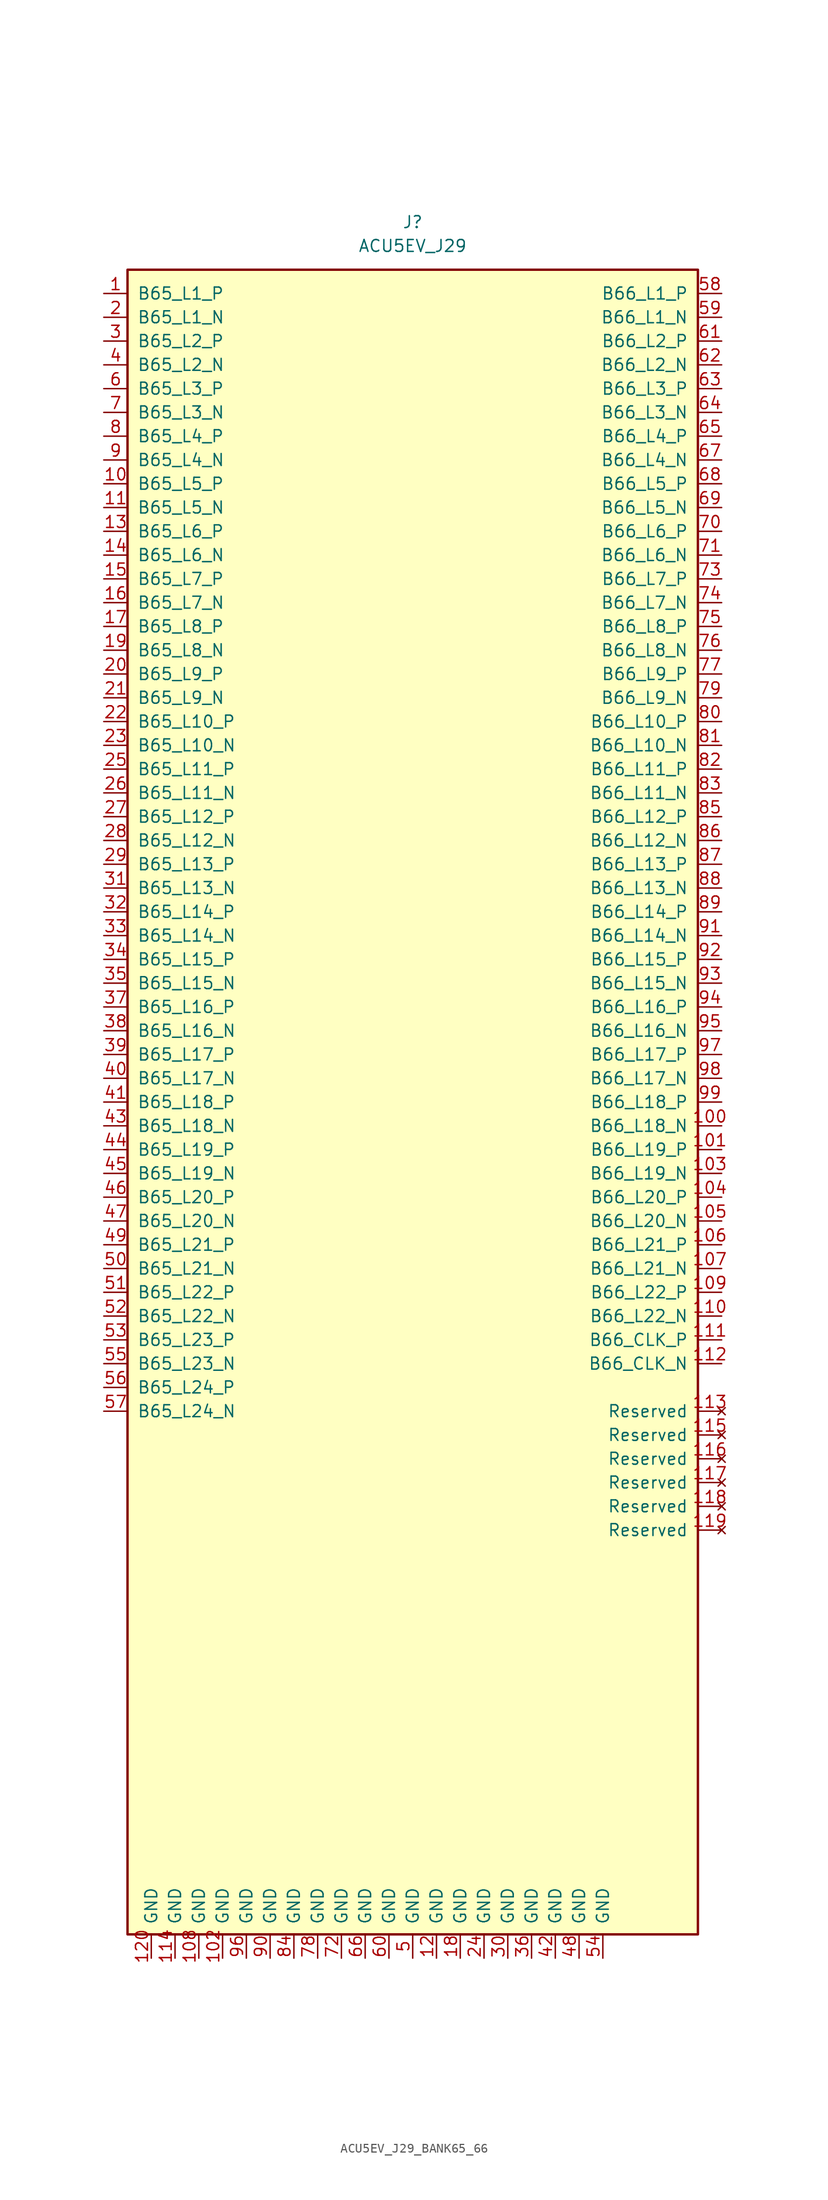
<source format=kicad_sym>
(kicad_symbol_lib
  (version 20231120)
  (generator "kicad_symbol_editor")
  (generator_version "8.0")
  (symbol "ACU5EV_J29_BANK65_66"
    (pin_names
      (offset 1.016))
    (property "Reference" "J"
      (at 0 93.98 0)
      (effects (font (size 1.27 1.27))))
    (property "Value" "ACU5EV_J29"
      (at 0 91.44 0)
      (effects (font (size 1.27 1.27))))
    (symbol "ACU5EV_J29_BANK65_66_0_1"
      (rectangle (start -30.48 88.9) (end 30.48 -88.9) (stroke (width 0.254) (type default)) (fill (type background))))
    (symbol "ACU5EV_J29_BANK65_66_1_1"
      (pin bidirectional line (at -33.02 86.36 0) (length 2.54) (name "B65_L1_P" (effects (font (size 1.27 1.27)))) (number "1" (effects (font (size 1.27 1.27)))))
      (pin bidirectional line (at -33.02 63.5 0) (length 2.54) (name "B65_L5_N" (effects (font (size 1.27 1.27)))) (number "11" (effects (font (size 1.27 1.27)))))
      (pin bidirectional line (at -33.02 60.96 0) (length 2.54) (name "B65_L6_P" (effects (font (size 1.27 1.27)))) (number "13" (effects (font (size 1.27 1.27)))))
      (pin bidirectional line (at -33.02 58.42 0) (length 2.54) (name "B65_L6_N" (effects (font (size 1.27 1.27)))) (number "14" (effects (font (size 1.27 1.27)))))
      (pin bidirectional line (at -33.02 55.88 0) (length 2.54) (name "B65_L7_P" (effects (font (size 1.27 1.27)))) (number "15" (effects (font (size 1.27 1.27)))))
      (pin bidirectional line (at -33.02 53.34 0) (length 2.54) (name "B65_L7_N" (effects (font (size 1.27 1.27)))) (number "16" (effects (font (size 1.27 1.27)))))
      (pin bidirectional line (at -33.02 50.8 0) (length 2.54) (name "B65_L8_P" (effects (font (size 1.27 1.27)))) (number "17" (effects (font (size 1.27 1.27)))))
      (pin bidirectional line (at -33.02 48.26 0) (length 2.54) (name "B65_L8_N" (effects (font (size 1.27 1.27)))) (number "19" (effects (font (size 1.27 1.27)))))
      (pin bidirectional line (at -33.02 83.82 0) (length 2.54) (name "B65_L1_N" (effects (font (size 1.27 1.27)))) (number "2" (effects (font (size 1.27 1.27)))))
      (pin bidirectional line (at -33.02 45.72 0) (length 2.54) (name "B65_L9_P" (effects (font (size 1.27 1.27)))) (number "20" (effects (font (size 1.27 1.27)))))
      (pin bidirectional line (at -33.02 43.18 0) (length 2.54) (name "B65_L9_N" (effects (font (size 1.27 1.27)))) (number "21" (effects (font (size 1.27 1.27)))))
      (pin bidirectional line (at -33.02 40.64 0) (length 2.54) (name "B65_L10_P" (effects (font (size 1.27 1.27)))) (number "22" (effects (font (size 1.27 1.27)))))
      (pin bidirectional line (at -33.02 38.1 0) (length 2.54) (name "B65_L10_N" (effects (font (size 1.27 1.27)))) (number "23" (effects (font (size 1.27 1.27)))))
      (pin bidirectional line (at -33.02 35.56 0) (length 2.54) (name "B65_L11_P" (effects (font (size 1.27 1.27)))) (number "25" (effects (font (size 1.27 1.27)))))
      (pin bidirectional line (at -33.02 33.02 0) (length 2.54) (name "B65_L11_N" (effects (font (size 1.27 1.27)))) (number "26" (effects (font (size 1.27 1.27)))))
      (pin bidirectional line (at -33.02 30.48 0) (length 2.54) (name "B65_L12_P" (effects (font (size 1.27 1.27)))) (number "27" (effects (font (size 1.27 1.27)))))
      (pin bidirectional line (at -33.02 27.94 0) (length 2.54) (name "B65_L12_N" (effects (font (size 1.27 1.27)))) (number "28" (effects (font (size 1.27 1.27)))))
      (pin bidirectional line (at -33.02 25.4 0) (length 2.54) (name "B65_L13_P" (effects (font (size 1.27 1.27)))) (number "29" (effects (font (size 1.27 1.27)))))
      (pin bidirectional line (at -33.02 81.28 0) (length 2.54) (name "B65_L2_P" (effects (font (size 1.27 1.27)))) (number "3" (effects (font (size 1.27 1.27)))))
      (pin bidirectional line (at -33.02 22.86 0) (length 2.54) (name "B65_L13_N" (effects (font (size 1.27 1.27)))) (number "31" (effects (font (size 1.27 1.27)))))
      (pin bidirectional line (at -33.02 20.32 0) (length 2.54) (name "B65_L14_P" (effects (font (size 1.27 1.27)))) (number "32" (effects (font (size 1.27 1.27)))))
      (pin bidirectional line (at -33.02 17.78 0) (length 2.54) (name "B65_L14_N" (effects (font (size 1.27 1.27)))) (number "33" (effects (font (size 1.27 1.27)))))
      (pin bidirectional line (at -33.02 15.24 0) (length 2.54) (name "B65_L15_P" (effects (font (size 1.27 1.27)))) (number "34" (effects (font (size 1.27 1.27)))))
      (pin bidirectional line (at -33.02 12.7 0) (length 2.54) (name "B65_L15_N" (effects (font (size 1.27 1.27)))) (number "35" (effects (font (size 1.27 1.27)))))
      (pin bidirectional line (at -33.02 10.16 0) (length 2.54) (name "B65_L16_P" (effects (font (size 1.27 1.27)))) (number "37" (effects (font (size 1.27 1.27)))))
      (pin bidirectional line (at -33.02 7.62 0) (length 2.54) (name "B65_L16_N" (effects (font (size 1.27 1.27)))) (number "38" (effects (font (size 1.27 1.27)))))
      (pin bidirectional line (at -33.02 5.08 0) (length 2.54) (name "B65_L17_P" (effects (font (size 1.27 1.27)))) (number "39" (effects (font (size 1.27 1.27)))))
      (pin bidirectional line (at -33.02 78.74 0) (length 2.54) (name "B65_L2_N" (effects (font (size 1.27 1.27)))) (number "4" (effects (font (size 1.27 1.27)))))
      (pin bidirectional line (at -33.02 2.54 0) (length 2.54) (name "B65_L17_N" (effects (font (size 1.27 1.27)))) (number "40" (effects (font (size 1.27 1.27)))))
      (pin bidirectional line (at -33.02 0 0) (length 2.54) (name "B65_L18_P" (effects (font (size 1.27 1.27)))) (number "41" (effects (font (size 1.27 1.27)))))
      (pin bidirectional line (at -33.02 -2.54 0) (length 2.54) (name "B65_L18_N" (effects (font (size 1.27 1.27)))) (number "43" (effects (font (size 1.27 1.27)))))
      (pin bidirectional line (at -33.02 -5.08 0) (length 2.54) (name "B65_L19_P" (effects (font (size 1.27 1.27)))) (number "44" (effects (font (size 1.27 1.27)))))
      (pin bidirectional line (at -33.02 -7.62 0) (length 2.54) (name "B65_L19_N" (effects (font (size 1.27 1.27)))) (number "45" (effects (font (size 1.27 1.27)))))
      (pin bidirectional line (at -33.02 -10.16 0) (length 2.54) (name "B65_L20_P" (effects (font (size 1.27 1.27)))) (number "46" (effects (font (size 1.27 1.27)))))
      (pin bidirectional line (at -33.02 -12.7 0) (length 2.54) (name "B65_L20_N" (effects (font (size 1.27 1.27)))) (number "47" (effects (font (size 1.27 1.27)))))
      (pin bidirectional line (at -33.02 -15.24 0) (length 2.54) (name "B65_L21_P" (effects (font (size 1.27 1.27)))) (number "49" (effects (font (size 1.27 1.27)))))
      (pin bidirectional line (at -33.02 76.2 0) (length 2.54) (name "B65_L3_P" (effects (font (size 1.27 1.27)))) (number "6" (effects (font (size 1.27 1.27)))))
      (pin bidirectional line (at -33.02 -17.78 0) (length 2.54) (name "B65_L21_N" (effects (font (size 1.27 1.27)))) (number "50" (effects (font (size 1.27 1.27)))))
      (pin bidirectional line (at -33.02 -20.32 0) (length 2.54) (name "B65_L22_P" (effects (font (size 1.27 1.27)))) (number "51" (effects (font (size 1.27 1.27)))))
      (pin bidirectional line (at -33.02 -22.86 0) (length 2.54) (name "B65_L22_N" (effects (font (size 1.27 1.27)))) (number "52" (effects (font (size 1.27 1.27)))))
      (pin bidirectional line (at -33.02 -25.4 0) (length 2.54) (name "B65_L23_P" (effects (font (size 1.27 1.27)))) (number "53" (effects (font (size 1.27 1.27)))))
      (pin bidirectional line (at -33.02 -27.94 0) (length 2.54) (name "B65_L23_N" (effects (font (size 1.27 1.27)))) (number "55" (effects (font (size 1.27 1.27)))))
      (pin bidirectional line (at -33.02 -30.48 0) (length 2.54) (name "B65_L24_P" (effects (font (size 1.27 1.27)))) (number "56" (effects (font (size 1.27 1.27)))))
      (pin bidirectional line (at -33.02 -33.02 0) (length 2.54) (name "B65_L24_N" (effects (font (size 1.27 1.27)))) (number "57" (effects (font (size 1.27 1.27)))))
      (pin bidirectional line (at 33.02 86.36 180) (length 2.54) (name "B66_L1_P" (effects (font (size 1.27 1.27)))) (number "58" (effects (font (size 1.27 1.27)))))
      (pin bidirectional line (at 33.02 83.82 180) (length 2.54) (name "B66_L1_N" (effects (font (size 1.27 1.27)))) (number "59" (effects (font (size 1.27 1.27)))))
      (pin bidirectional line (at -33.02 73.66 0) (length 2.54) (name "B65_L3_N" (effects (font (size 1.27 1.27)))) (number "7" (effects (font (size 1.27 1.27)))))
      (pin bidirectional line (at 33.02 81.28 180) (length 2.54) (name "B66_L2_P" (effects (font (size 1.27 1.27)))) (number "61" (effects (font (size 1.27 1.27)))))
      (pin bidirectional line (at 33.02 78.74 180) (length 2.54) (name "B66_L2_N" (effects (font (size 1.27 1.27)))) (number "62" (effects (font (size 1.27 1.27)))))
      (pin bidirectional line (at 33.02 76.2 180) (length 2.54) (name "B66_L3_P" (effects (font (size 1.27 1.27)))) (number "63" (effects (font (size 1.27 1.27)))))
      (pin bidirectional line (at 33.02 73.66 180) (length 2.54) (name "B66_L3_N" (effects (font (size 1.27 1.27)))) (number "64" (effects (font (size 1.27 1.27)))))
      (pin bidirectional line (at 33.02 71.12 180) (length 2.54) (name "B66_L4_P" (effects (font (size 1.27 1.27)))) (number "65" (effects (font (size 1.27 1.27)))))
      (pin bidirectional line (at 33.02 68.58 180) (length 2.54) (name "B66_L4_N" (effects (font (size 1.27 1.27)))) (number "67" (effects (font (size 1.27 1.27)))))
      (pin bidirectional line (at 33.02 66.04 180) (length 2.54) (name "B66_L5_P" (effects (font (size 1.27 1.27)))) (number "68" (effects (font (size 1.27 1.27)))))
      (pin bidirectional line (at 33.02 63.5 180) (length 2.54) (name "B66_L5_N" (effects (font (size 1.27 1.27)))) (number "69" (effects (font (size 1.27 1.27)))))
      (pin bidirectional line (at 33.02 60.96 180) (length 2.54) (name "B66_L6_P" (effects (font (size 1.27 1.27)))) (number "70" (effects (font (size 1.27 1.27)))))
      (pin bidirectional line (at 33.02 58.42 180) (length 2.54) (name "B66_L6_N" (effects (font (size 1.27 1.27)))) (number "71" (effects (font (size 1.27 1.27)))))
      (pin bidirectional line (at 33.02 55.88 180) (length 2.54) (name "B66_L7_P" (effects (font (size 1.27 1.27)))) (number "73" (effects (font (size 1.27 1.27)))))
      (pin bidirectional line (at 33.02 53.34 180) (length 2.54) (name "B66_L7_N" (effects (font (size 1.27 1.27)))) (number "74" (effects (font (size 1.27 1.27)))))
      (pin bidirectional line (at 33.02 50.8 180) (length 2.54) (name "B66_L8_P" (effects (font (size 1.27 1.27)))) (number "75" (effects (font (size 1.27 1.27)))))
      (pin bidirectional line (at 33.02 48.26 180) (length 2.54) (name "B66_L8_N" (effects (font (size 1.27 1.27)))) (number "76" (effects (font (size 1.27 1.27)))))
      (pin bidirectional line (at 33.02 45.72 180) (length 2.54) (name "B66_L9_P" (effects (font (size 1.27 1.27)))) (number "77" (effects (font (size 1.27 1.27)))))
      (pin bidirectional line (at 33.02 43.18 180) (length 2.54) (name "B66_L9_N" (effects (font (size 1.27 1.27)))) (number "79" (effects (font (size 1.27 1.27)))))
      (pin bidirectional line (at -33.02 71.12 0) (length 2.54) (name "B65_L4_P" (effects (font (size 1.27 1.27)))) (number "8" (effects (font (size 1.27 1.27)))))
      (pin bidirectional line (at 33.02 40.64 180) (length 2.54) (name "B66_L10_P" (effects (font (size 1.27 1.27)))) (number "80" (effects (font (size 1.27 1.27)))))
      (pin bidirectional line (at 33.02 38.1 180) (length 2.54) (name "B66_L10_N" (effects (font (size 1.27 1.27)))) (number "81" (effects (font (size 1.27 1.27)))))
      (pin bidirectional line (at 33.02 35.56 180) (length 2.54) (name "B66_L11_P" (effects (font (size 1.27 1.27)))) (number "82" (effects (font (size 1.27 1.27)))))
      (pin bidirectional line (at 33.02 33.02 180) (length 2.54) (name "B66_L11_N" (effects (font (size 1.27 1.27)))) (number "83" (effects (font (size 1.27 1.27)))))
      (pin bidirectional line (at 33.02 30.48 180) (length 2.54) (name "B66_L12_P" (effects (font (size 1.27 1.27)))) (number "85" (effects (font (size 1.27 1.27)))))
      (pin bidirectional line (at 33.02 27.94 180) (length 2.54) (name "B66_L12_N" (effects (font (size 1.27 1.27)))) (number "86" (effects (font (size 1.27 1.27)))))
      (pin bidirectional line (at 33.02 25.4 180) (length 2.54) (name "B66_L13_P" (effects (font (size 1.27 1.27)))) (number "87" (effects (font (size 1.27 1.27)))))
      (pin bidirectional line (at 33.02 22.86 180) (length 2.54) (name "B66_L13_N" (effects (font (size 1.27 1.27)))) (number "88" (effects (font (size 1.27 1.27)))))
      (pin bidirectional line (at 33.02 20.32 180) (length 2.54) (name "B66_L14_P" (effects (font (size 1.27 1.27)))) (number "89" (effects (font (size 1.27 1.27)))))
      (pin bidirectional line (at -33.02 68.58 0) (length 2.54) (name "B65_L4_N" (effects (font (size 1.27 1.27)))) (number "9" (effects (font (size 1.27 1.27)))))
      (pin bidirectional line (at 33.02 17.78 180) (length 2.54) (name "B66_L14_N" (effects (font (size 1.27 1.27)))) (number "91" (effects (font (size 1.27 1.27)))))
      (pin bidirectional line (at 33.02 15.24 180) (length 2.54) (name "B66_L15_P" (effects (font (size 1.27 1.27)))) (number "92" (effects (font (size 1.27 1.27)))))
      (pin bidirectional line (at 33.02 12.7 180) (length 2.54) (name "B66_L15_N" (effects (font (size 1.27 1.27)))) (number "93" (effects (font (size 1.27 1.27)))))
      (pin bidirectional line (at 33.02 10.16 180) (length 2.54) (name "B66_L16_P" (effects (font (size 1.27 1.27)))) (number "94" (effects (font (size 1.27 1.27)))))
      (pin bidirectional line (at 33.02 7.62 180) (length 2.54) (name "B66_L16_N" (effects (font (size 1.27 1.27)))) (number "95" (effects (font (size 1.27 1.27)))))
      (pin bidirectional line (at 33.02 5.08 180) (length 2.54) (name "B66_L17_P" (effects (font (size 1.27 1.27)))) (number "97" (effects (font (size 1.27 1.27)))))
      (pin bidirectional line (at 33.02 2.54 180) (length 2.54) (name "B66_L17_N" (effects (font (size 1.27 1.27)))) (number "98" (effects (font (size 1.27 1.27)))))
      (pin bidirectional line (at 33.02 0 180) (length 2.54) (name "B66_L18_P" (effects (font (size 1.27 1.27)))) (number "99" (effects (font (size 1.27 1.27)))))
      (pin bidirectional line (at -33.02 66.04 0) (length 2.54) (name "B65_L5_P" (effects (font (size 1.27 1.27)))) (number "10" (effects (font (size 1.27 1.27)))))
      (pin bidirectional line (at 33.02 -2.54 180) (length 2.54) (name "B66_L18_N" (effects (font (size 1.27 1.27)))) (number "100" (effects (font (size 1.27 1.27)))))
      (pin bidirectional line (at 33.02 -5.08 180) (length 2.54) (name "B66_L19_P" (effects (font (size 1.27 1.27)))) (number "101" (effects (font (size 1.27 1.27)))))
      (pin bidirectional line (at 33.02 -7.62 180) (length 2.54) (name "B66_L19_N" (effects (font (size 1.27 1.27)))) (number "103" (effects (font (size 1.27 1.27)))))
      (pin bidirectional line (at 33.02 -10.16 180) (length 2.54) (name "B66_L20_P" (effects (font (size 1.27 1.27)))) (number "104" (effects (font (size 1.27 1.27)))))
      (pin bidirectional line (at 33.02 -12.7 180) (length 2.54) (name "B66_L20_N" (effects (font (size 1.27 1.27)))) (number "105" (effects (font (size 1.27 1.27)))))
      (pin bidirectional line (at 33.02 -15.24 180) (length 2.54) (name "B66_L21_P" (effects (font (size 1.27 1.27)))) (number "106" (effects (font (size 1.27 1.27)))))
      (pin bidirectional line (at 33.02 -17.78 180) (length 2.54) (name "B66_L21_N" (effects (font (size 1.27 1.27)))) (number "107" (effects (font (size 1.27 1.27)))))
      (pin bidirectional line (at 33.02 -20.32 180) (length 2.54) (name "B66_L22_P" (effects (font (size 1.27 1.27)))) (number "109" (effects (font (size 1.27 1.27)))))
      (pin bidirectional line (at 33.02 -22.86 180) (length 2.54) (name "B66_L22_N" (effects (font (size 1.27 1.27)))) (number "110" (effects (font (size 1.27 1.27)))))
      (pin input line (at 33.02 -25.4 180) (length 2.54) (name "B66_CLK_P" (effects (font (size 1.27 1.27)))) (number "111" (effects (font (size 1.27 1.27)))))
      (pin input line (at 33.02 -27.94 180) (length 2.54) (name "B66_CLK_N" (effects (font (size 1.27 1.27)))) (number "112" (effects (font (size 1.27 1.27)))))
      (pin no_connect line (at 33.02 -33.02 180) (length 2.54) (name "Reserved" (effects (font (size 1.27 1.27)))) (number "113" (effects (font (size 1.27 1.27)))))
      (pin no_connect line (at 33.02 -35.56 180) (length 2.54) (name "Reserved" (effects (font (size 1.27 1.27)))) (number "115" (effects (font (size 1.27 1.27)))))
      (pin no_connect line (at 33.02 -38.1 180) (length 2.54) (name "Reserved" (effects (font (size 1.27 1.27)))) (number "116" (effects (font (size 1.27 1.27)))))
      (pin no_connect line (at 33.02 -40.64 180) (length 2.54) (name "Reserved" (effects (font (size 1.27 1.27)))) (number "117" (effects (font (size 1.27 1.27)))))
      (pin no_connect line (at 33.02 -43.18 180) (length 2.54) (name "Reserved" (effects (font (size 1.27 1.27)))) (number "118" (effects (font (size 1.27 1.27)))))
      (pin no_connect line (at 33.02 -45.72 180) (length 2.54) (name "Reserved" (effects (font (size 1.27 1.27)))) (number "119" (effects (font (size 1.27 1.27)))))
      (pin power_in line (at 0 -91.44 90) (length 2.54) (name "GND" (effects (font (size 1.27 1.27)))) (number "5" (effects (font (size 1.27 1.27)))))
      (pin power_in line (at 2.54 -91.44 90) (length 2.54) (name "GND" (effects (font (size 1.27 1.27)))) (number "12" (effects (font (size 1.27 1.27)))))
      (pin power_in line (at 5.08 -91.44 90) (length 2.54) (name "GND" (effects (font (size 1.27 1.27)))) (number "18" (effects (font (size 1.27 1.27)))))
      (pin power_in line (at 7.62 -91.44 90) (length 2.54) (name "GND" (effects (font (size 1.27 1.27)))) (number "24" (effects (font (size 1.27 1.27)))))
      (pin power_in line (at 10.16 -91.44 90) (length 2.54) (name "GND" (effects (font (size 1.27 1.27)))) (number "30" (effects (font (size 1.27 1.27)))))
      (pin power_in line (at 12.7 -91.44 90) (length 2.54) (name "GND" (effects (font (size 1.27 1.27)))) (number "36" (effects (font (size 1.27 1.27)))))
      (pin power_in line (at 15.24 -91.44 90) (length 2.54) (name "GND" (effects (font (size 1.27 1.27)))) (number "42" (effects (font (size 1.27 1.27)))))
      (pin power_in line (at 17.78 -91.44 90) (length 2.54) (name "GND" (effects (font (size 1.27 1.27)))) (number "48" (effects (font (size 1.27 1.27)))))
      (pin power_in line (at 20.32 -91.44 90) (length 2.54) (name "GND" (effects (font (size 1.27 1.27)))) (number "54" (effects (font (size 1.27 1.27)))))
      (pin power_in line (at -2.54 -91.44 90) (length 2.54) (name "GND" (effects (font (size 1.27 1.27)))) (number "60" (effects (font (size 1.27 1.27)))))
      (pin power_in line (at -5.08 -91.44 90) (length 2.54) (name "GND" (effects (font (size 1.27 1.27)))) (number "66" (effects (font (size 1.27 1.27)))))
      (pin power_in line (at -7.62 -91.44 90) (length 2.54) (name "GND" (effects (font (size 1.27 1.27)))) (number "72" (effects (font (size 1.27 1.27)))))
      (pin power_in line (at -10.16 -91.44 90) (length 2.54) (name "GND" (effects (font (size 1.27 1.27)))) (number "78" (effects (font (size 1.27 1.27)))))
      (pin power_in line (at -12.7 -91.44 90) (length 2.54) (name "GND" (effects (font (size 1.27 1.27)))) (number "84" (effects (font (size 1.27 1.27)))))
      (pin power_in line (at -15.24 -91.44 90) (length 2.54) (name "GND" (effects (font (size 1.27 1.27)))) (number "90" (effects (font (size 1.27 1.27)))))
      (pin power_in line (at -17.78 -91.44 90) (length 2.54) (name "GND" (effects (font (size 1.27 1.27)))) (number "96" (effects (font (size 1.27 1.27)))))
      (pin power_in line (at -20.32 -91.44 90) (length 2.54) (name "GND" (effects (font (size 1.27 1.27)))) (number "102" (effects (font (size 1.27 1.27)))))
      (pin power_in line (at -22.86 -91.44 90) (length 2.54) (name "GND" (effects (font (size 1.27 1.27)))) (number "108" (effects (font (size 1.27 1.27)))))
      (pin power_in line (at -25.4 -91.44 90) (length 2.54) (name "GND" (effects (font (size 1.27 1.27)))) (number "114" (effects (font (size 1.27 1.27)))))
      (pin power_in line (at -27.94 -91.44 90) (length 2.54) (name "GND" (effects (font (size 1.27 1.27)))) (number "120" (effects (font (size 1.27 1.27))))))))
</source>
